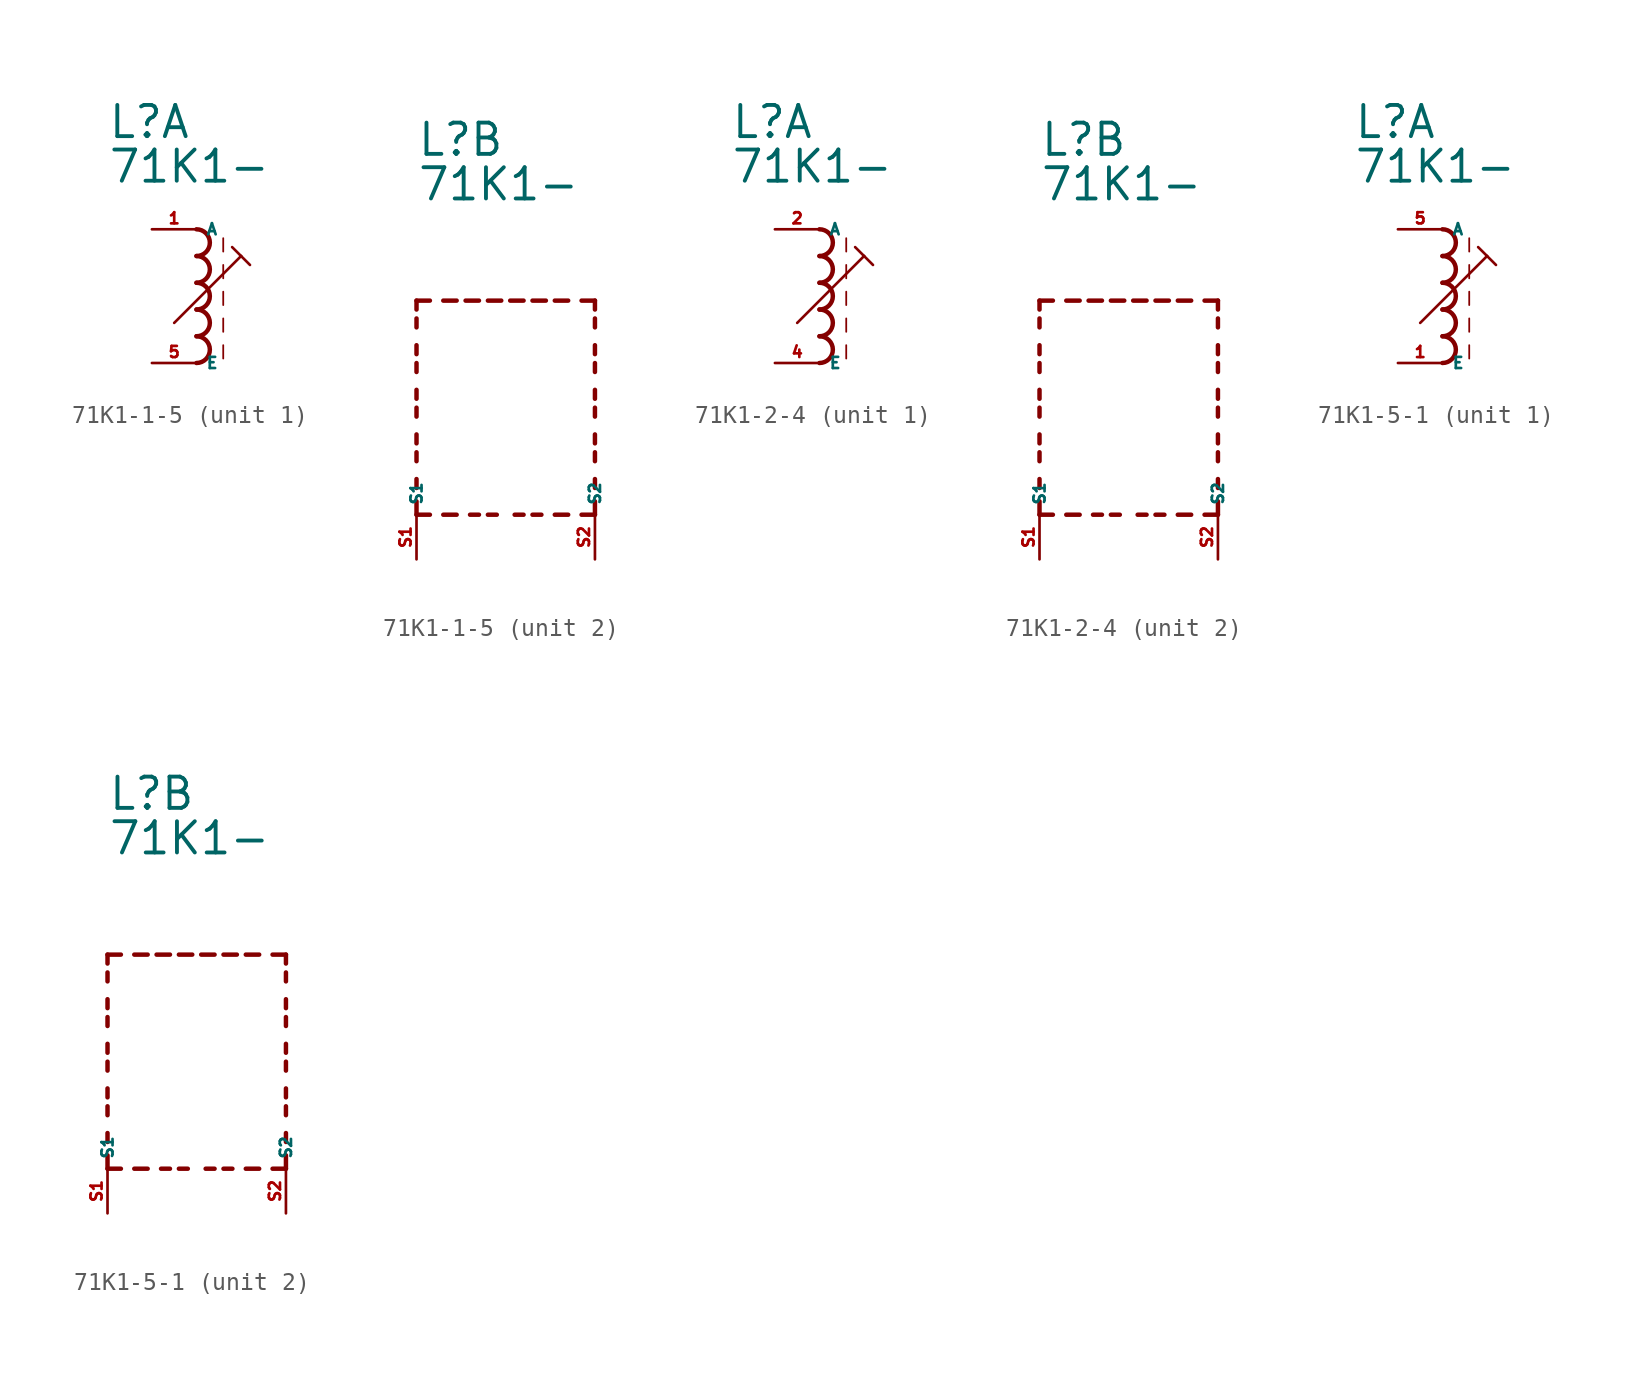
<source format=kicad_sym>
(kicad_symbol_lib
  (version 20220914)
  (generator kicad_symbol_editor)
  (symbol "71K1-1-5"
    (property "Reference" "L"
      (at -5.08 10.16 0)
      (effects (font (size 1.778 1.778) (thickness 0.22)) (justify left bottom)))
    (property "Value" "71K1-"
      (at -5.08 7.62 0)
      (effects (font (size 1.778 1.778) (thickness 0.22)) (justify left bottom)))
    (symbol "71K1-1-5_1_0"
      (arc (start 0 -2.54) (mid 0.7587 -1.778) (end 0 -1.016) (stroke (width 0.254) (type default)) (fill (type none)))
      (arc (start 0 -1.016) (mid 0.7587 -0.254) (end 0 0.508) (stroke (width 0.254) (type default)) (fill (type none)))
      (polyline (pts (xy -1.27 -0.254) (xy 2.54 3.556)) (stroke (width 0.152) (type default)) (fill (type none)))
      (polyline (pts (xy 1.524 -1.524) (xy 1.524 -2.286)) (stroke (width 0.102) (type default)) (fill (type none)))
      (polyline (pts (xy 1.524 0) (xy 1.524 -0.762)) (stroke (width 0.102) (type default)) (fill (type none)))
      (polyline (pts (xy 1.524 1.524) (xy 1.524 0.762)) (stroke (width 0.102) (type default)) (fill (type none)))
      (polyline (pts (xy 1.524 3.048) (xy 1.524 2.286)) (stroke (width 0.102) (type default)) (fill (type none)))
      (polyline (pts (xy 1.524 4.572) (xy 1.524 3.81)) (stroke (width 0.102) (type default)) (fill (type none)))
      (polyline (pts (xy 2.032 4.064) (xy 2.54 3.556)) (stroke (width 0.152) (type default)) (fill (type none)))
      (polyline (pts (xy 2.54 3.556) (xy 3.048 3.048)) (stroke (width 0.152) (type default)) (fill (type none)))
      (arc (start 0 0.508) (mid 0.7587 1.27) (end 0 2.032) (stroke (width 0.254) (type default)) (fill (type none)))
      (arc (start 0 2.032) (mid 0.7587 2.794) (end 0 3.556) (stroke (width 0.254) (type default)) (fill (type none)))
      (arc (start 0 3.556) (mid 0.7587 4.318) (end 0 5.08) (stroke (width 0.254) (type default)) (fill (type none)))
      (pin passive line (at -2.54 5.08 0) (length 2.54) (name "A" (effects (font (size 0.635 0.635)))) (number "1" (effects (font (size 0.635 0.635)))))
      (pin passive line (at -2.54 -2.54 0) (length 2.54) (name "E" (effects (font (size 0.635 0.635)))) (number "5" (effects (font (size 0.635 0.635))))))
    (symbol "71K1-1-5_2_0"
      (polyline (pts (xy -5.08 -10.16) (xy -5.08 -9.398)) (stroke (width 0.254) (type default)) (fill (type none)))
      (polyline (pts (xy -5.08 -10.16) (xy -4.318 -10.16)) (stroke (width 0.254) (type default)) (fill (type none)))
      (polyline (pts (xy -5.08 -8.636) (xy -5.08 -8.128)) (stroke (width 0.254) (type default)) (fill (type none)))
      (polyline (pts (xy -5.08 -7.112) (xy -5.08 -6.604)) (stroke (width 0.254) (type default)) (fill (type none)))
      (polyline (pts (xy -5.08 -6.096) (xy -5.08 -5.588)) (stroke (width 0.254) (type default)) (fill (type none)))
      (polyline (pts (xy -5.08 -4.572) (xy -5.08 -4.064)) (stroke (width 0.254) (type default)) (fill (type none)))
      (polyline (pts (xy -5.08 -3.556) (xy -5.08 -3.048)) (stroke (width 0.254) (type default)) (fill (type none)))
      (polyline (pts (xy -5.08 -2.032) (xy -5.08 -1.524)) (stroke (width 0.254) (type default)) (fill (type none)))
      (polyline (pts (xy -5.08 -1.016) (xy -5.08 -0.508)) (stroke (width 0.254) (type default)) (fill (type none)))
      (polyline (pts (xy -5.08 0.508) (xy -5.08 1.016)) (stroke (width 0.254) (type default)) (fill (type none)))
      (polyline (pts (xy -5.08 1.524) (xy -5.08 2.032)) (stroke (width 0.254) (type default)) (fill (type none)))
      (polyline (pts (xy -5.08 2.032) (xy -4.318 2.032)) (stroke (width 0.254) (type default)) (fill (type none)))
      (polyline (pts (xy -3.556 -10.16) (xy -2.794 -10.16)) (stroke (width 0.254) (type default)) (fill (type none)))
      (polyline (pts (xy -3.556 2.032) (xy -2.794 2.032)) (stroke (width 0.254) (type default)) (fill (type none)))
      (polyline (pts (xy -1.524 -10.16) (xy -2.032 -10.16)) (stroke (width 0.254) (type default)) (fill (type none)))
      (polyline (pts (xy -1.524 2.032) (xy -2.286 2.032)) (stroke (width 0.254) (type default)) (fill (type none)))
      (polyline (pts (xy -1.016 2.032) (xy -0.254 2.032)) (stroke (width 0.254) (type default)) (fill (type none)))
      (polyline (pts (xy -0.508 -10.16) (xy -1.016 -10.16)) (stroke (width 0.254) (type default)) (fill (type none)))
      (polyline (pts (xy 1.016 -10.16) (xy 0.508 -10.16)) (stroke (width 0.254) (type default)) (fill (type none)))
      (polyline (pts (xy 1.016 2.032) (xy 0.254 2.032)) (stroke (width 0.254) (type default)) (fill (type none)))
      (polyline (pts (xy 1.524 2.032) (xy 2.286 2.032)) (stroke (width 0.254) (type default)) (fill (type none)))
      (polyline (pts (xy 2.032 -10.16) (xy 1.524 -10.16)) (stroke (width 0.254) (type default)) (fill (type none)))
      (polyline (pts (xy 3.556 -10.16) (xy 2.794 -10.16)) (stroke (width 0.254) (type default)) (fill (type none)))
      (polyline (pts (xy 3.556 2.032) (xy 2.794 2.032)) (stroke (width 0.254) (type default)) (fill (type none)))
      (polyline (pts (xy 5.08 -10.16) (xy 4.318 -10.16)) (stroke (width 0.254) (type default)) (fill (type none)))
      (polyline (pts (xy 5.08 -10.16) (xy 5.08 -9.398)) (stroke (width 0.254) (type default)) (fill (type none)))
      (polyline (pts (xy 5.08 -8.636) (xy 5.08 -8.128)) (stroke (width 0.254) (type default)) (fill (type none)))
      (polyline (pts (xy 5.08 -7.112) (xy 5.08 -6.604)) (stroke (width 0.254) (type default)) (fill (type none)))
      (polyline (pts (xy 5.08 -6.096) (xy 5.08 -5.588)) (stroke (width 0.254) (type default)) (fill (type none)))
      (polyline (pts (xy 5.08 -4.572) (xy 5.08 -4.064)) (stroke (width 0.254) (type default)) (fill (type none)))
      (polyline (pts (xy 5.08 -3.556) (xy 5.08 -3.048)) (stroke (width 0.254) (type default)) (fill (type none)))
      (polyline (pts (xy 5.08 -2.032) (xy 5.08 -1.524)) (stroke (width 0.254) (type default)) (fill (type none)))
      (polyline (pts (xy 5.08 -1.016) (xy 5.08 -0.508)) (stroke (width 0.254) (type default)) (fill (type none)))
      (polyline (pts (xy 5.08 0.508) (xy 5.08 1.016)) (stroke (width 0.254) (type default)) (fill (type none)))
      (polyline (pts (xy 5.08 1.524) (xy 5.08 2.032)) (stroke (width 0.254) (type default)) (fill (type none)))
      (polyline (pts (xy 5.08 2.032) (xy 4.318 2.032)) (stroke (width 0.254) (type default)) (fill (type none)))
      (pin passive line (at -5.08 -12.7 90) (length 2.54) (name "S1" (effects (font (size 0.635 0.635)))) (number "S1" (effects (font (size 0.635 0.635)))))
      (pin passive line (at 5.08 -12.7 90) (length 2.54) (name "S2" (effects (font (size 0.635 0.635)))) (number "S2" (effects (font (size 0.635 0.635)))))))
  (symbol "71K1-2-4"
    (property "Reference" "L"
      (at -5.08 10.16 0)
      (effects (font (size 1.778 1.778) (thickness 0.22)) (justify left bottom)))
    (property "Value" "71K1-"
      (at -5.08 7.62 0)
      (effects (font (size 1.778 1.778) (thickness 0.22)) (justify left bottom)))
    (symbol "71K1-2-4_1_0"
      (arc (start 0 -2.54) (mid 0.7587 -1.778) (end 0 -1.016) (stroke (width 0.254) (type default)) (fill (type none)))
      (arc (start 0 -1.016) (mid 0.7587 -0.254) (end 0 0.508) (stroke (width 0.254) (type default)) (fill (type none)))
      (polyline (pts (xy -1.27 -0.254) (xy 2.54 3.556)) (stroke (width 0.152) (type default)) (fill (type none)))
      (polyline (pts (xy 1.524 -1.524) (xy 1.524 -2.286)) (stroke (width 0.102) (type default)) (fill (type none)))
      (polyline (pts (xy 1.524 0) (xy 1.524 -0.762)) (stroke (width 0.102) (type default)) (fill (type none)))
      (polyline (pts (xy 1.524 1.524) (xy 1.524 0.762)) (stroke (width 0.102) (type default)) (fill (type none)))
      (polyline (pts (xy 1.524 3.048) (xy 1.524 2.286)) (stroke (width 0.102) (type default)) (fill (type none)))
      (polyline (pts (xy 1.524 4.572) (xy 1.524 3.81)) (stroke (width 0.102) (type default)) (fill (type none)))
      (polyline (pts (xy 2.032 4.064) (xy 2.54 3.556)) (stroke (width 0.152) (type default)) (fill (type none)))
      (polyline (pts (xy 2.54 3.556) (xy 3.048 3.048)) (stroke (width 0.152) (type default)) (fill (type none)))
      (arc (start 0 0.508) (mid 0.7587 1.27) (end 0 2.032) (stroke (width 0.254) (type default)) (fill (type none)))
      (arc (start 0 2.032) (mid 0.7587 2.794) (end 0 3.556) (stroke (width 0.254) (type default)) (fill (type none)))
      (arc (start 0 3.556) (mid 0.7587 4.318) (end 0 5.08) (stroke (width 0.254) (type default)) (fill (type none)))
      (pin passive line (at -2.54 5.08 0) (length 2.54) (name "A" (effects (font (size 0.635 0.635)))) (number "2" (effects (font (size 0.635 0.635)))))
      (pin passive line (at -2.54 -2.54 0) (length 2.54) (name "E" (effects (font (size 0.635 0.635)))) (number "4" (effects (font (size 0.635 0.635))))))
    (symbol "71K1-2-4_2_0"
      (polyline (pts (xy -5.08 -10.16) (xy -5.08 -9.398)) (stroke (width 0.254) (type default)) (fill (type none)))
      (polyline (pts (xy -5.08 -10.16) (xy -4.318 -10.16)) (stroke (width 0.254) (type default)) (fill (type none)))
      (polyline (pts (xy -5.08 -8.636) (xy -5.08 -8.128)) (stroke (width 0.254) (type default)) (fill (type none)))
      (polyline (pts (xy -5.08 -7.112) (xy -5.08 -6.604)) (stroke (width 0.254) (type default)) (fill (type none)))
      (polyline (pts (xy -5.08 -6.096) (xy -5.08 -5.588)) (stroke (width 0.254) (type default)) (fill (type none)))
      (polyline (pts (xy -5.08 -4.572) (xy -5.08 -4.064)) (stroke (width 0.254) (type default)) (fill (type none)))
      (polyline (pts (xy -5.08 -3.556) (xy -5.08 -3.048)) (stroke (width 0.254) (type default)) (fill (type none)))
      (polyline (pts (xy -5.08 -2.032) (xy -5.08 -1.524)) (stroke (width 0.254) (type default)) (fill (type none)))
      (polyline (pts (xy -5.08 -1.016) (xy -5.08 -0.508)) (stroke (width 0.254) (type default)) (fill (type none)))
      (polyline (pts (xy -5.08 0.508) (xy -5.08 1.016)) (stroke (width 0.254) (type default)) (fill (type none)))
      (polyline (pts (xy -5.08 1.524) (xy -5.08 2.032)) (stroke (width 0.254) (type default)) (fill (type none)))
      (polyline (pts (xy -5.08 2.032) (xy -4.318 2.032)) (stroke (width 0.254) (type default)) (fill (type none)))
      (polyline (pts (xy -3.556 -10.16) (xy -2.794 -10.16)) (stroke (width 0.254) (type default)) (fill (type none)))
      (polyline (pts (xy -3.556 2.032) (xy -2.794 2.032)) (stroke (width 0.254) (type default)) (fill (type none)))
      (polyline (pts (xy -1.524 -10.16) (xy -2.032 -10.16)) (stroke (width 0.254) (type default)) (fill (type none)))
      (polyline (pts (xy -1.524 2.032) (xy -2.286 2.032)) (stroke (width 0.254) (type default)) (fill (type none)))
      (polyline (pts (xy -1.016 2.032) (xy -0.254 2.032)) (stroke (width 0.254) (type default)) (fill (type none)))
      (polyline (pts (xy -0.508 -10.16) (xy -1.016 -10.16)) (stroke (width 0.254) (type default)) (fill (type none)))
      (polyline (pts (xy 1.016 -10.16) (xy 0.508 -10.16)) (stroke (width 0.254) (type default)) (fill (type none)))
      (polyline (pts (xy 1.016 2.032) (xy 0.254 2.032)) (stroke (width 0.254) (type default)) (fill (type none)))
      (polyline (pts (xy 1.524 2.032) (xy 2.286 2.032)) (stroke (width 0.254) (type default)) (fill (type none)))
      (polyline (pts (xy 2.032 -10.16) (xy 1.524 -10.16)) (stroke (width 0.254) (type default)) (fill (type none)))
      (polyline (pts (xy 3.556 -10.16) (xy 2.794 -10.16)) (stroke (width 0.254) (type default)) (fill (type none)))
      (polyline (pts (xy 3.556 2.032) (xy 2.794 2.032)) (stroke (width 0.254) (type default)) (fill (type none)))
      (polyline (pts (xy 5.08 -10.16) (xy 4.318 -10.16)) (stroke (width 0.254) (type default)) (fill (type none)))
      (polyline (pts (xy 5.08 -10.16) (xy 5.08 -9.398)) (stroke (width 0.254) (type default)) (fill (type none)))
      (polyline (pts (xy 5.08 -8.636) (xy 5.08 -8.128)) (stroke (width 0.254) (type default)) (fill (type none)))
      (polyline (pts (xy 5.08 -7.112) (xy 5.08 -6.604)) (stroke (width 0.254) (type default)) (fill (type none)))
      (polyline (pts (xy 5.08 -6.096) (xy 5.08 -5.588)) (stroke (width 0.254) (type default)) (fill (type none)))
      (polyline (pts (xy 5.08 -4.572) (xy 5.08 -4.064)) (stroke (width 0.254) (type default)) (fill (type none)))
      (polyline (pts (xy 5.08 -3.556) (xy 5.08 -3.048)) (stroke (width 0.254) (type default)) (fill (type none)))
      (polyline (pts (xy 5.08 -2.032) (xy 5.08 -1.524)) (stroke (width 0.254) (type default)) (fill (type none)))
      (polyline (pts (xy 5.08 -1.016) (xy 5.08 -0.508)) (stroke (width 0.254) (type default)) (fill (type none)))
      (polyline (pts (xy 5.08 0.508) (xy 5.08 1.016)) (stroke (width 0.254) (type default)) (fill (type none)))
      (polyline (pts (xy 5.08 1.524) (xy 5.08 2.032)) (stroke (width 0.254) (type default)) (fill (type none)))
      (polyline (pts (xy 5.08 2.032) (xy 4.318 2.032)) (stroke (width 0.254) (type default)) (fill (type none)))
      (pin passive line (at -5.08 -12.7 90) (length 2.54) (name "S1" (effects (font (size 0.635 0.635)))) (number "S1" (effects (font (size 0.635 0.635)))))
      (pin passive line (at 5.08 -12.7 90) (length 2.54) (name "S2" (effects (font (size 0.635 0.635)))) (number "S2" (effects (font (size 0.635 0.635)))))))
  (symbol "71K1-5-1"
    (property "Reference" "L"
      (at -5.08 10.16 0)
      (effects (font (size 1.778 1.778) (thickness 0.22)) (justify left bottom)))
    (property "Value" "71K1-"
      (at -5.08 7.62 0)
      (effects (font (size 1.778 1.778) (thickness 0.22)) (justify left bottom)))
    (symbol "71K1-5-1_1_0"
      (arc (start 0 -2.54) (mid 0.7587 -1.778) (end 0 -1.016) (stroke (width 0.254) (type default)) (fill (type none)))
      (arc (start 0 -1.016) (mid 0.7587 -0.254) (end 0 0.508) (stroke (width 0.254) (type default)) (fill (type none)))
      (polyline (pts (xy -1.27 -0.254) (xy 2.54 3.556)) (stroke (width 0.152) (type default)) (fill (type none)))
      (polyline (pts (xy 1.524 -1.524) (xy 1.524 -2.286)) (stroke (width 0.102) (type default)) (fill (type none)))
      (polyline (pts (xy 1.524 0) (xy 1.524 -0.762)) (stroke (width 0.102) (type default)) (fill (type none)))
      (polyline (pts (xy 1.524 1.524) (xy 1.524 0.762)) (stroke (width 0.102) (type default)) (fill (type none)))
      (polyline (pts (xy 1.524 3.048) (xy 1.524 2.286)) (stroke (width 0.102) (type default)) (fill (type none)))
      (polyline (pts (xy 1.524 4.572) (xy 1.524 3.81)) (stroke (width 0.102) (type default)) (fill (type none)))
      (polyline (pts (xy 2.032 4.064) (xy 2.54 3.556)) (stroke (width 0.152) (type default)) (fill (type none)))
      (polyline (pts (xy 2.54 3.556) (xy 3.048 3.048)) (stroke (width 0.152) (type default)) (fill (type none)))
      (arc (start 0 0.508) (mid 0.7587 1.27) (end 0 2.032) (stroke (width 0.254) (type default)) (fill (type none)))
      (arc (start 0 2.032) (mid 0.7587 2.794) (end 0 3.556) (stroke (width 0.254) (type default)) (fill (type none)))
      (arc (start 0 3.556) (mid 0.7587 4.318) (end 0 5.08) (stroke (width 0.254) (type default)) (fill (type none)))
      (pin passive line (at -2.54 -2.54 0) (length 2.54) (name "E" (effects (font (size 0.635 0.635)))) (number "1" (effects (font (size 0.635 0.635)))))
      (pin passive line (at -2.54 5.08 0) (length 2.54) (name "A" (effects (font (size 0.635 0.635)))) (number "5" (effects (font (size 0.635 0.635))))))
    (symbol "71K1-5-1_2_0"
      (polyline (pts (xy -5.08 -10.16) (xy -5.08 -9.398)) (stroke (width 0.254) (type default)) (fill (type none)))
      (polyline (pts (xy -5.08 -10.16) (xy -4.318 -10.16)) (stroke (width 0.254) (type default)) (fill (type none)))
      (polyline (pts (xy -5.08 -8.636) (xy -5.08 -8.128)) (stroke (width 0.254) (type default)) (fill (type none)))
      (polyline (pts (xy -5.08 -7.112) (xy -5.08 -6.604)) (stroke (width 0.254) (type default)) (fill (type none)))
      (polyline (pts (xy -5.08 -6.096) (xy -5.08 -5.588)) (stroke (width 0.254) (type default)) (fill (type none)))
      (polyline (pts (xy -5.08 -4.572) (xy -5.08 -4.064)) (stroke (width 0.254) (type default)) (fill (type none)))
      (polyline (pts (xy -5.08 -3.556) (xy -5.08 -3.048)) (stroke (width 0.254) (type default)) (fill (type none)))
      (polyline (pts (xy -5.08 -2.032) (xy -5.08 -1.524)) (stroke (width 0.254) (type default)) (fill (type none)))
      (polyline (pts (xy -5.08 -1.016) (xy -5.08 -0.508)) (stroke (width 0.254) (type default)) (fill (type none)))
      (polyline (pts (xy -5.08 0.508) (xy -5.08 1.016)) (stroke (width 0.254) (type default)) (fill (type none)))
      (polyline (pts (xy -5.08 1.524) (xy -5.08 2.032)) (stroke (width 0.254) (type default)) (fill (type none)))
      (polyline (pts (xy -5.08 2.032) (xy -4.318 2.032)) (stroke (width 0.254) (type default)) (fill (type none)))
      (polyline (pts (xy -3.556 -10.16) (xy -2.794 -10.16)) (stroke (width 0.254) (type default)) (fill (type none)))
      (polyline (pts (xy -3.556 2.032) (xy -2.794 2.032)) (stroke (width 0.254) (type default)) (fill (type none)))
      (polyline (pts (xy -1.524 -10.16) (xy -2.032 -10.16)) (stroke (width 0.254) (type default)) (fill (type none)))
      (polyline (pts (xy -1.524 2.032) (xy -2.286 2.032)) (stroke (width 0.254) (type default)) (fill (type none)))
      (polyline (pts (xy -1.016 2.032) (xy -0.254 2.032)) (stroke (width 0.254) (type default)) (fill (type none)))
      (polyline (pts (xy -0.508 -10.16) (xy -1.016 -10.16)) (stroke (width 0.254) (type default)) (fill (type none)))
      (polyline (pts (xy 1.016 -10.16) (xy 0.508 -10.16)) (stroke (width 0.254) (type default)) (fill (type none)))
      (polyline (pts (xy 1.016 2.032) (xy 0.254 2.032)) (stroke (width 0.254) (type default)) (fill (type none)))
      (polyline (pts (xy 1.524 2.032) (xy 2.286 2.032)) (stroke (width 0.254) (type default)) (fill (type none)))
      (polyline (pts (xy 2.032 -10.16) (xy 1.524 -10.16)) (stroke (width 0.254) (type default)) (fill (type none)))
      (polyline (pts (xy 3.556 -10.16) (xy 2.794 -10.16)) (stroke (width 0.254) (type default)) (fill (type none)))
      (polyline (pts (xy 3.556 2.032) (xy 2.794 2.032)) (stroke (width 0.254) (type default)) (fill (type none)))
      (polyline (pts (xy 5.08 -10.16) (xy 4.318 -10.16)) (stroke (width 0.254) (type default)) (fill (type none)))
      (polyline (pts (xy 5.08 -10.16) (xy 5.08 -9.398)) (stroke (width 0.254) (type default)) (fill (type none)))
      (polyline (pts (xy 5.08 -8.636) (xy 5.08 -8.128)) (stroke (width 0.254) (type default)) (fill (type none)))
      (polyline (pts (xy 5.08 -7.112) (xy 5.08 -6.604)) (stroke (width 0.254) (type default)) (fill (type none)))
      (polyline (pts (xy 5.08 -6.096) (xy 5.08 -5.588)) (stroke (width 0.254) (type default)) (fill (type none)))
      (polyline (pts (xy 5.08 -4.572) (xy 5.08 -4.064)) (stroke (width 0.254) (type default)) (fill (type none)))
      (polyline (pts (xy 5.08 -3.556) (xy 5.08 -3.048)) (stroke (width 0.254) (type default)) (fill (type none)))
      (polyline (pts (xy 5.08 -2.032) (xy 5.08 -1.524)) (stroke (width 0.254) (type default)) (fill (type none)))
      (polyline (pts (xy 5.08 -1.016) (xy 5.08 -0.508)) (stroke (width 0.254) (type default)) (fill (type none)))
      (polyline (pts (xy 5.08 0.508) (xy 5.08 1.016)) (stroke (width 0.254) (type default)) (fill (type none)))
      (polyline (pts (xy 5.08 1.524) (xy 5.08 2.032)) (stroke (width 0.254) (type default)) (fill (type none)))
      (polyline (pts (xy 5.08 2.032) (xy 4.318 2.032)) (stroke (width 0.254) (type default)) (fill (type none)))
      (pin passive line (at -5.08 -12.7 90) (length 2.54) (name "S1" (effects (font (size 0.635 0.635)))) (number "S1" (effects (font (size 0.635 0.635)))))
      (pin passive line (at 5.08 -12.7 90) (length 2.54) (name "S2" (effects (font (size 0.635 0.635)))) (number "S2" (effects (font (size 0.635 0.635))))))))
</source>
